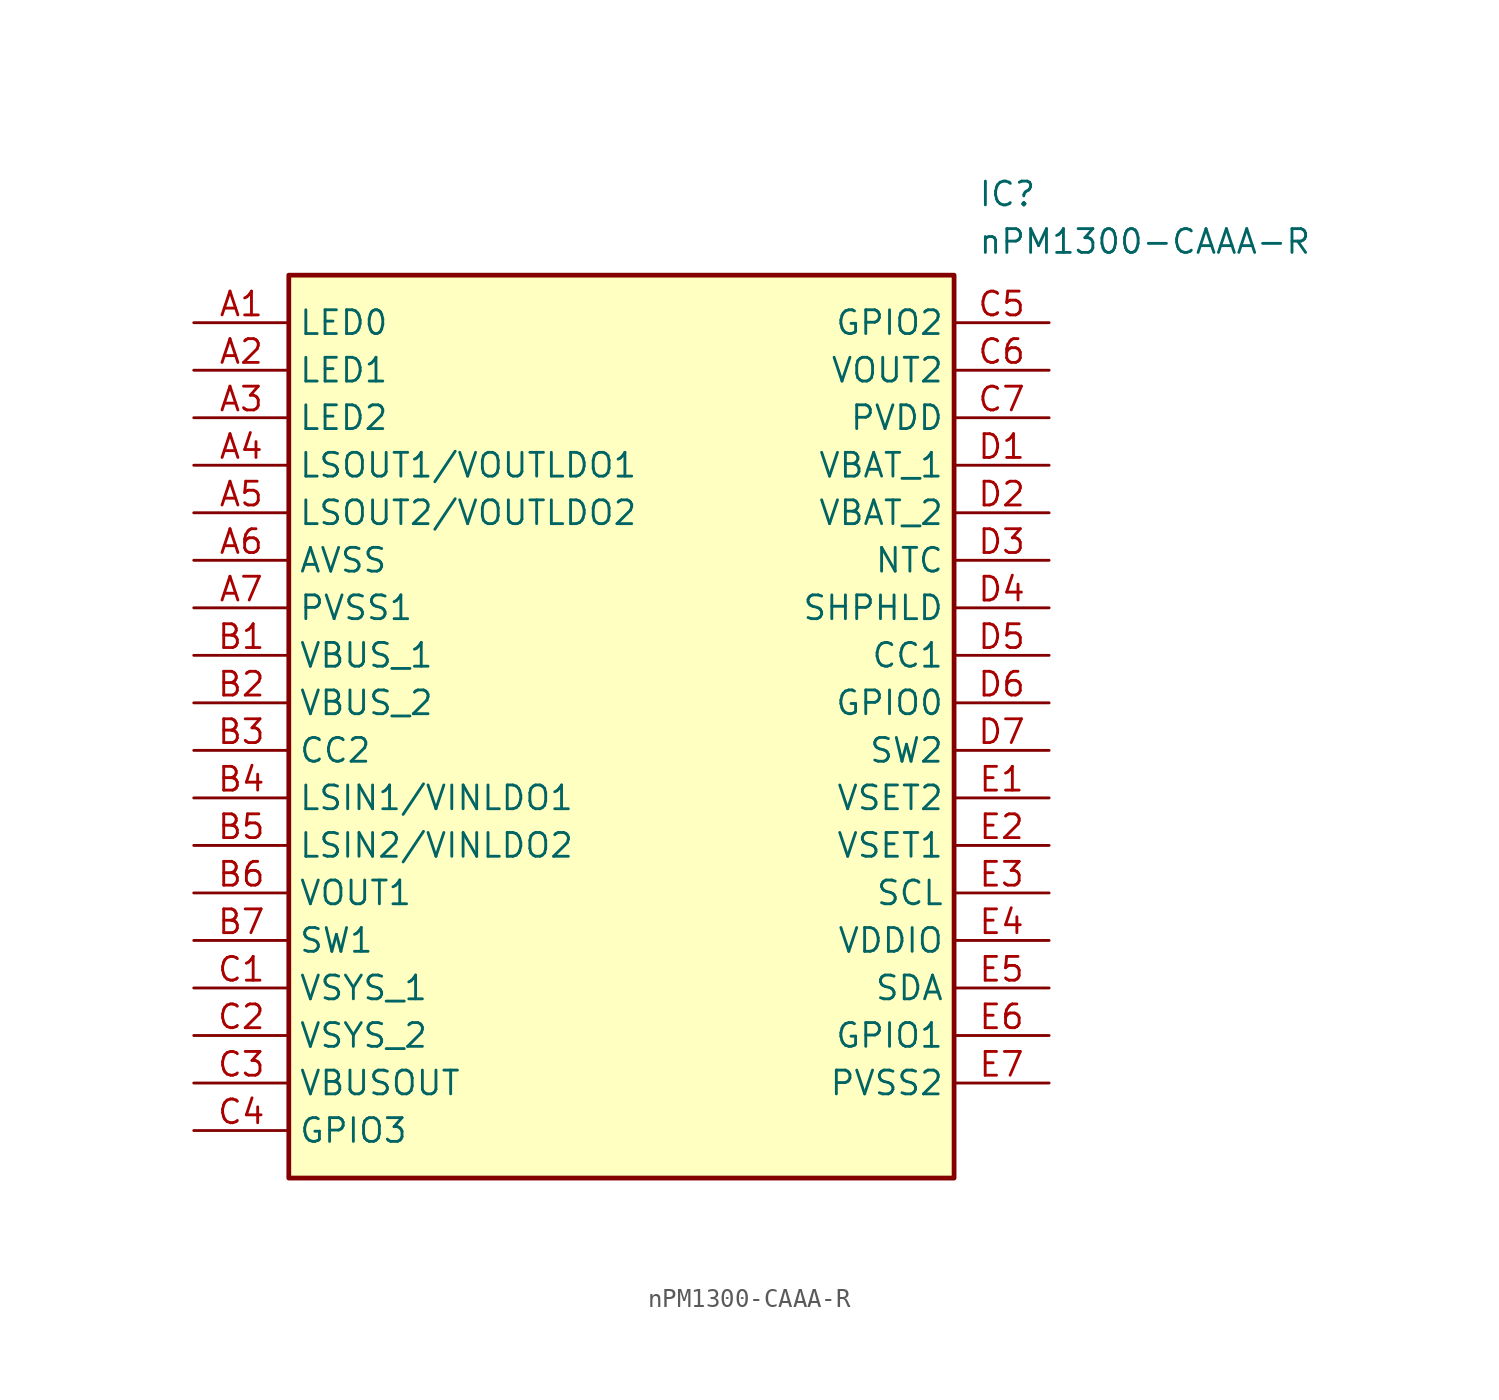
<source format=kicad_sym>
(kicad_symbol_lib
  (version 20211014)
  (generator SamacSys_ECAD_Model)
  (symbol "nPM1300-CAAA-R"
    (property "Reference" "IC"
      (at 41.91 7.62 0)
      (effects (font (size 1.27 1.27)) (justify left top)))
    (property "Value" "nPM1300-CAAA-R"
      (at 41.91 5.08 0)
      (effects (font (size 1.27 1.27)) (justify left top)))
    (rectangle
      (start 5.08 2.54)
      (end 40.64 -45.72)
      (stroke (width 0.254) (type default))
      (fill (type background)))
    (pin passive line
      (at 0 0 0)
      (length 5.08)
      (name "LED0" (effects (font (size 1.27 1.27))))
      (number "A1" (effects (font (size 1.27 1.27)))))
    (pin passive line
      (at 0 -2.54 0)
      (length 5.08)
      (name "LED1" (effects (font (size 1.27 1.27))))
      (number "A2" (effects (font (size 1.27 1.27)))))
    (pin passive line
      (at 0 -5.08 0)
      (length 5.08)
      (name "LED2" (effects (font (size 1.27 1.27))))
      (number "A3" (effects (font (size 1.27 1.27)))))
    (pin passive line
      (at 0 -7.62 0)
      (length 5.08)
      (name "LSOUT1/VOUTLDO1" (effects (font (size 1.27 1.27))))
      (number "A4" (effects (font (size 1.27 1.27)))))
    (pin passive line
      (at 0 -10.16 0)
      (length 5.08)
      (name "LSOUT2/VOUTLDO2" (effects (font (size 1.27 1.27))))
      (number "A5" (effects (font (size 1.27 1.27)))))
    (pin passive line
      (at 0 -12.7 0)
      (length 5.08)
      (name "AVSS" (effects (font (size 1.27 1.27))))
      (number "A6" (effects (font (size 1.27 1.27)))))
    (pin passive line
      (at 0 -15.24 0)
      (length 5.08)
      (name "PVSS1" (effects (font (size 1.27 1.27))))
      (number "A7" (effects (font (size 1.27 1.27)))))
    (pin passive line
      (at 0 -17.78 0)
      (length 5.08)
      (name "VBUS_1" (effects (font (size 1.27 1.27))))
      (number "B1" (effects (font (size 1.27 1.27)))))
    (pin passive line
      (at 0 -20.32 0)
      (length 5.08)
      (name "VBUS_2" (effects (font (size 1.27 1.27))))
      (number "B2" (effects (font (size 1.27 1.27)))))
    (pin passive line
      (at 0 -22.86 0)
      (length 5.08)
      (name "CC2" (effects (font (size 1.27 1.27))))
      (number "B3" (effects (font (size 1.27 1.27)))))
    (pin passive line
      (at 0 -25.4 0)
      (length 5.08)
      (name "LSIN1/VINLDO1" (effects (font (size 1.27 1.27))))
      (number "B4" (effects (font (size 1.27 1.27)))))
    (pin passive line
      (at 0 -27.94 0)
      (length 5.08)
      (name "LSIN2/VINLDO2" (effects (font (size 1.27 1.27))))
      (number "B5" (effects (font (size 1.27 1.27)))))
    (pin passive line
      (at 0 -30.48 0)
      (length 5.08)
      (name "VOUT1" (effects (font (size 1.27 1.27))))
      (number "B6" (effects (font (size 1.27 1.27)))))
    (pin passive line
      (at 0 -33.02 0)
      (length 5.08)
      (name "SW1" (effects (font (size 1.27 1.27))))
      (number "B7" (effects (font (size 1.27 1.27)))))
    (pin passive line
      (at 0 -35.56 0)
      (length 5.08)
      (name "VSYS_1" (effects (font (size 1.27 1.27))))
      (number "C1" (effects (font (size 1.27 1.27)))))
    (pin passive line
      (at 0 -38.1 0)
      (length 5.08)
      (name "VSYS_2" (effects (font (size 1.27 1.27))))
      (number "C2" (effects (font (size 1.27 1.27)))))
    (pin passive line
      (at 0 -40.64 0)
      (length 5.08)
      (name "VBUSOUT" (effects (font (size 1.27 1.27))))
      (number "C3" (effects (font (size 1.27 1.27)))))
    (pin passive line
      (at 0 -43.18 0)
      (length 5.08)
      (name "GPIO3" (effects (font (size 1.27 1.27))))
      (number "C4" (effects (font (size 1.27 1.27)))))
    (pin passive line
      (at 45.72 0 180)
      (length 5.08)
      (name "GPIO2" (effects (font (size 1.27 1.27))))
      (number "C5" (effects (font (size 1.27 1.27)))))
    (pin passive line
      (at 45.72 -2.54 180)
      (length 5.08)
      (name "VOUT2" (effects (font (size 1.27 1.27))))
      (number "C6" (effects (font (size 1.27 1.27)))))
    (pin passive line
      (at 45.72 -5.08 180)
      (length 5.08)
      (name "PVDD" (effects (font (size 1.27 1.27))))
      (number "C7" (effects (font (size 1.27 1.27)))))
    (pin passive line
      (at 45.72 -7.62 180)
      (length 5.08)
      (name "VBAT_1" (effects (font (size 1.27 1.27))))
      (number "D1" (effects (font (size 1.27 1.27)))))
    (pin passive line
      (at 45.72 -10.16 180)
      (length 5.08)
      (name "VBAT_2" (effects (font (size 1.27 1.27))))
      (number "D2" (effects (font (size 1.27 1.27)))))
    (pin passive line
      (at 45.72 -12.7 180)
      (length 5.08)
      (name "NTC" (effects (font (size 1.27 1.27))))
      (number "D3" (effects (font (size 1.27 1.27)))))
    (pin passive line
      (at 45.72 -15.24 180)
      (length 5.08)
      (name "SHPHLD" (effects (font (size 1.27 1.27))))
      (number "D4" (effects (font (size 1.27 1.27)))))
    (pin passive line
      (at 45.72 -17.78 180)
      (length 5.08)
      (name "CC1" (effects (font (size 1.27 1.27))))
      (number "D5" (effects (font (size 1.27 1.27)))))
    (pin passive line
      (at 45.72 -20.32 180)
      (length 5.08)
      (name "GPIO0" (effects (font (size 1.27 1.27))))
      (number "D6" (effects (font (size 1.27 1.27)))))
    (pin passive line
      (at 45.72 -22.86 180)
      (length 5.08)
      (name "SW2" (effects (font (size 1.27 1.27))))
      (number "D7" (effects (font (size 1.27 1.27)))))
    (pin passive line
      (at 45.72 -25.4 180)
      (length 5.08)
      (name "VSET2" (effects (font (size 1.27 1.27))))
      (number "E1" (effects (font (size 1.27 1.27)))))
    (pin passive line
      (at 45.72 -27.94 180)
      (length 5.08)
      (name "VSET1" (effects (font (size 1.27 1.27))))
      (number "E2" (effects (font (size 1.27 1.27)))))
    (pin passive line
      (at 45.72 -30.48 180)
      (length 5.08)
      (name "SCL" (effects (font (size 1.27 1.27))))
      (number "E3" (effects (font (size 1.27 1.27)))))
    (pin passive line
      (at 45.72 -33.02 180)
      (length 5.08)
      (name "VDDIO" (effects (font (size 1.27 1.27))))
      (number "E4" (effects (font (size 1.27 1.27)))))
    (pin passive line
      (at 45.72 -35.56 180)
      (length 5.08)
      (name "SDA" (effects (font (size 1.27 1.27))))
      (number "E5" (effects (font (size 1.27 1.27)))))
    (pin passive line
      (at 45.72 -38.1 180)
      (length 5.08)
      (name "GPIO1" (effects (font (size 1.27 1.27))))
      (number "E6" (effects (font (size 1.27 1.27)))))
    (pin passive line
      (at 45.72 -40.64 180)
      (length 5.08)
      (name "PVSS2" (effects (font (size 1.27 1.27))))
      (number "E7" (effects (font (size 1.27 1.27)))))))
</source>
